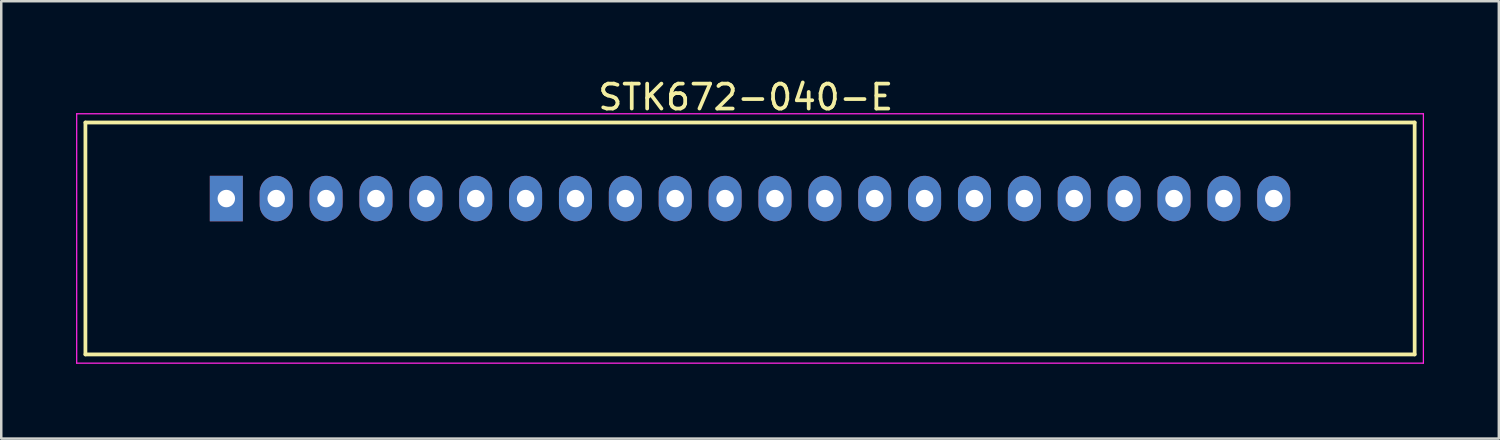
<source format=kicad_pcb>
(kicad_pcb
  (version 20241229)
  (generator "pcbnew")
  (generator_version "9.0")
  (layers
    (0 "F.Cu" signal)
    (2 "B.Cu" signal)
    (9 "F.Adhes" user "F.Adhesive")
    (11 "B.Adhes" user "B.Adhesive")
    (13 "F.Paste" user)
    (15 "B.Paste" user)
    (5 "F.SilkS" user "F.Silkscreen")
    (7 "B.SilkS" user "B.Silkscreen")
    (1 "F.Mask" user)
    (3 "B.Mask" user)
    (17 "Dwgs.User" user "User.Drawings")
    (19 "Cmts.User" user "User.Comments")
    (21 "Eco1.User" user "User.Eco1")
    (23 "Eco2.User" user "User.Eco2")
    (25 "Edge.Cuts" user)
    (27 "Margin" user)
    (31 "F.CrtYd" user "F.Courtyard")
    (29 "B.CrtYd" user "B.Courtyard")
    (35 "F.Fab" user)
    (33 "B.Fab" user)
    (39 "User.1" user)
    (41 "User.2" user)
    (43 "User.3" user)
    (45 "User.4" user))
  (footprint "STK672-040-E"
    (layer "F.Cu")
    (at 6.025 4.912)
    (property "Reference" "STK672-040-E" (at 20.828 -4.064 0) (layer "F.SilkS") (effects (font (size 1 1) (thickness 0.15))))
    (attr through_hole)
    (fp_line (start -5.65 -3.05) (end 47.65 -3.05) (stroke (width 0.15) (type solid)) (layer "F.SilkS"))
    (fp_line (start -5.65 6.25) (end -5.65 -3.05) (stroke (width 0.15) (type solid)) (layer "F.SilkS"))
    (fp_line (start 47.65 -3.05) (end 47.65 6.25) (stroke (width 0.15) (type solid)) (layer "F.SilkS"))
    (fp_line (start 47.65 6.25) (end -5.65 6.25) (stroke (width 0.15) (type solid)) (layer "F.SilkS"))
    (fp_line (start -6 -3.4) (end 48 -3.4) (stroke (width 0.05) (type solid)) (layer "F.CrtYd"))
    (fp_line (start -6 6.6) (end -6 -3.4) (stroke (width 0.05) (type solid)) (layer "F.CrtYd"))
    (fp_line (start 48 -3.4) (end 48 6.6) (stroke (width 0.05) (type solid)) (layer "F.CrtYd"))
    (fp_line (start 48 6.6) (end -6 6.6) (stroke (width 0.05) (type solid)) (layer "F.CrtYd"))
    (pad "1" thru_hole rect (at 0 0) (size 1.324 1.824) (drill 0.7) (layers "*.Cu" "*.Mask"))
    (pad "2" thru_hole oval (at 2 0) (size 1.324 1.824) (drill 0.7) (layers "*.Cu" "*.Mask"))
    (pad "3" thru_hole oval (at 4 0) (size 1.324 1.824) (drill 0.7) (layers "*.Cu" "*.Mask"))
    (pad "4" thru_hole oval (at 6 0) (size 1.324 1.824) (drill 0.7) (layers "*.Cu" "*.Mask"))
    (pad "5" thru_hole oval (at 8 0) (size 1.324 1.824) (drill 0.7) (layers "*.Cu" "*.Mask"))
    (pad "6" thru_hole oval (at 10 0) (size 1.324 1.824) (drill 0.7) (layers "*.Cu" "*.Mask"))
    (pad "7" thru_hole oval (at 12 0) (size 1.324 1.824) (drill 0.7) (layers "*.Cu" "*.Mask"))
    (pad "8" thru_hole oval (at 14 0) (size 1.324 1.824) (drill 0.7) (layers "*.Cu" "*.Mask"))
    (pad "9" thru_hole oval (at 16 0) (size 1.324 1.824) (drill 0.7) (layers "*.Cu" "*.Mask"))
    (pad "10" thru_hole oval (at 18 0) (size 1.324 1.824) (drill 0.7) (layers "*.Cu" "*.Mask"))
    (pad "11" thru_hole oval (at 20 0) (size 1.324 1.824) (drill 0.7) (layers "*.Cu" "*.Mask"))
    (pad "12" thru_hole oval (at 22 0) (size 1.324 1.824) (drill 0.7) (layers "*.Cu" "*.Mask"))
    (pad "13" thru_hole oval (at 24 0) (size 1.324 1.824) (drill 0.7) (layers "*.Cu" "*.Mask"))
    (pad "14" thru_hole oval (at 26 0) (size 1.324 1.824) (drill 0.7) (layers "*.Cu" "*.Mask"))
    (pad "15" thru_hole oval (at 28 0) (size 1.324 1.824) (drill 0.7) (layers "*.Cu" "*.Mask"))
    (pad "16" thru_hole oval (at 30 0) (size 1.324 1.824) (drill 0.7) (layers "*.Cu" "*.Mask"))
    (pad "17" thru_hole oval (at 32 0) (size 1.324 1.824) (drill 0.7) (layers "*.Cu" "*.Mask"))
    (pad "18" thru_hole oval (at 34 0) (size 1.324 1.824) (drill 0.7) (layers "*.Cu" "*.Mask"))
    (pad "19" thru_hole oval (at 36 0) (size 1.324 1.824) (drill 0.7) (layers "*.Cu" "*.Mask"))
    (pad "20" thru_hole oval (at 38 0) (size 1.324 1.824) (drill 0.7) (layers "*.Cu" "*.Mask"))
    (pad "21" thru_hole oval (at 40 0) (size 1.324 1.824) (drill 0.7) (layers "*.Cu" "*.Mask"))
    (pad "22" thru_hole oval (at 42 0) (size 1.324 1.824) (drill 0.7) (layers "*.Cu" "*.Mask")))
  (gr_rect
    (start -3 -3)
    (end 57.05 14.537)
    (stroke (width 0.1) (type default))
    (fill no)
    (layer "Edge.Cuts")))
</source>
